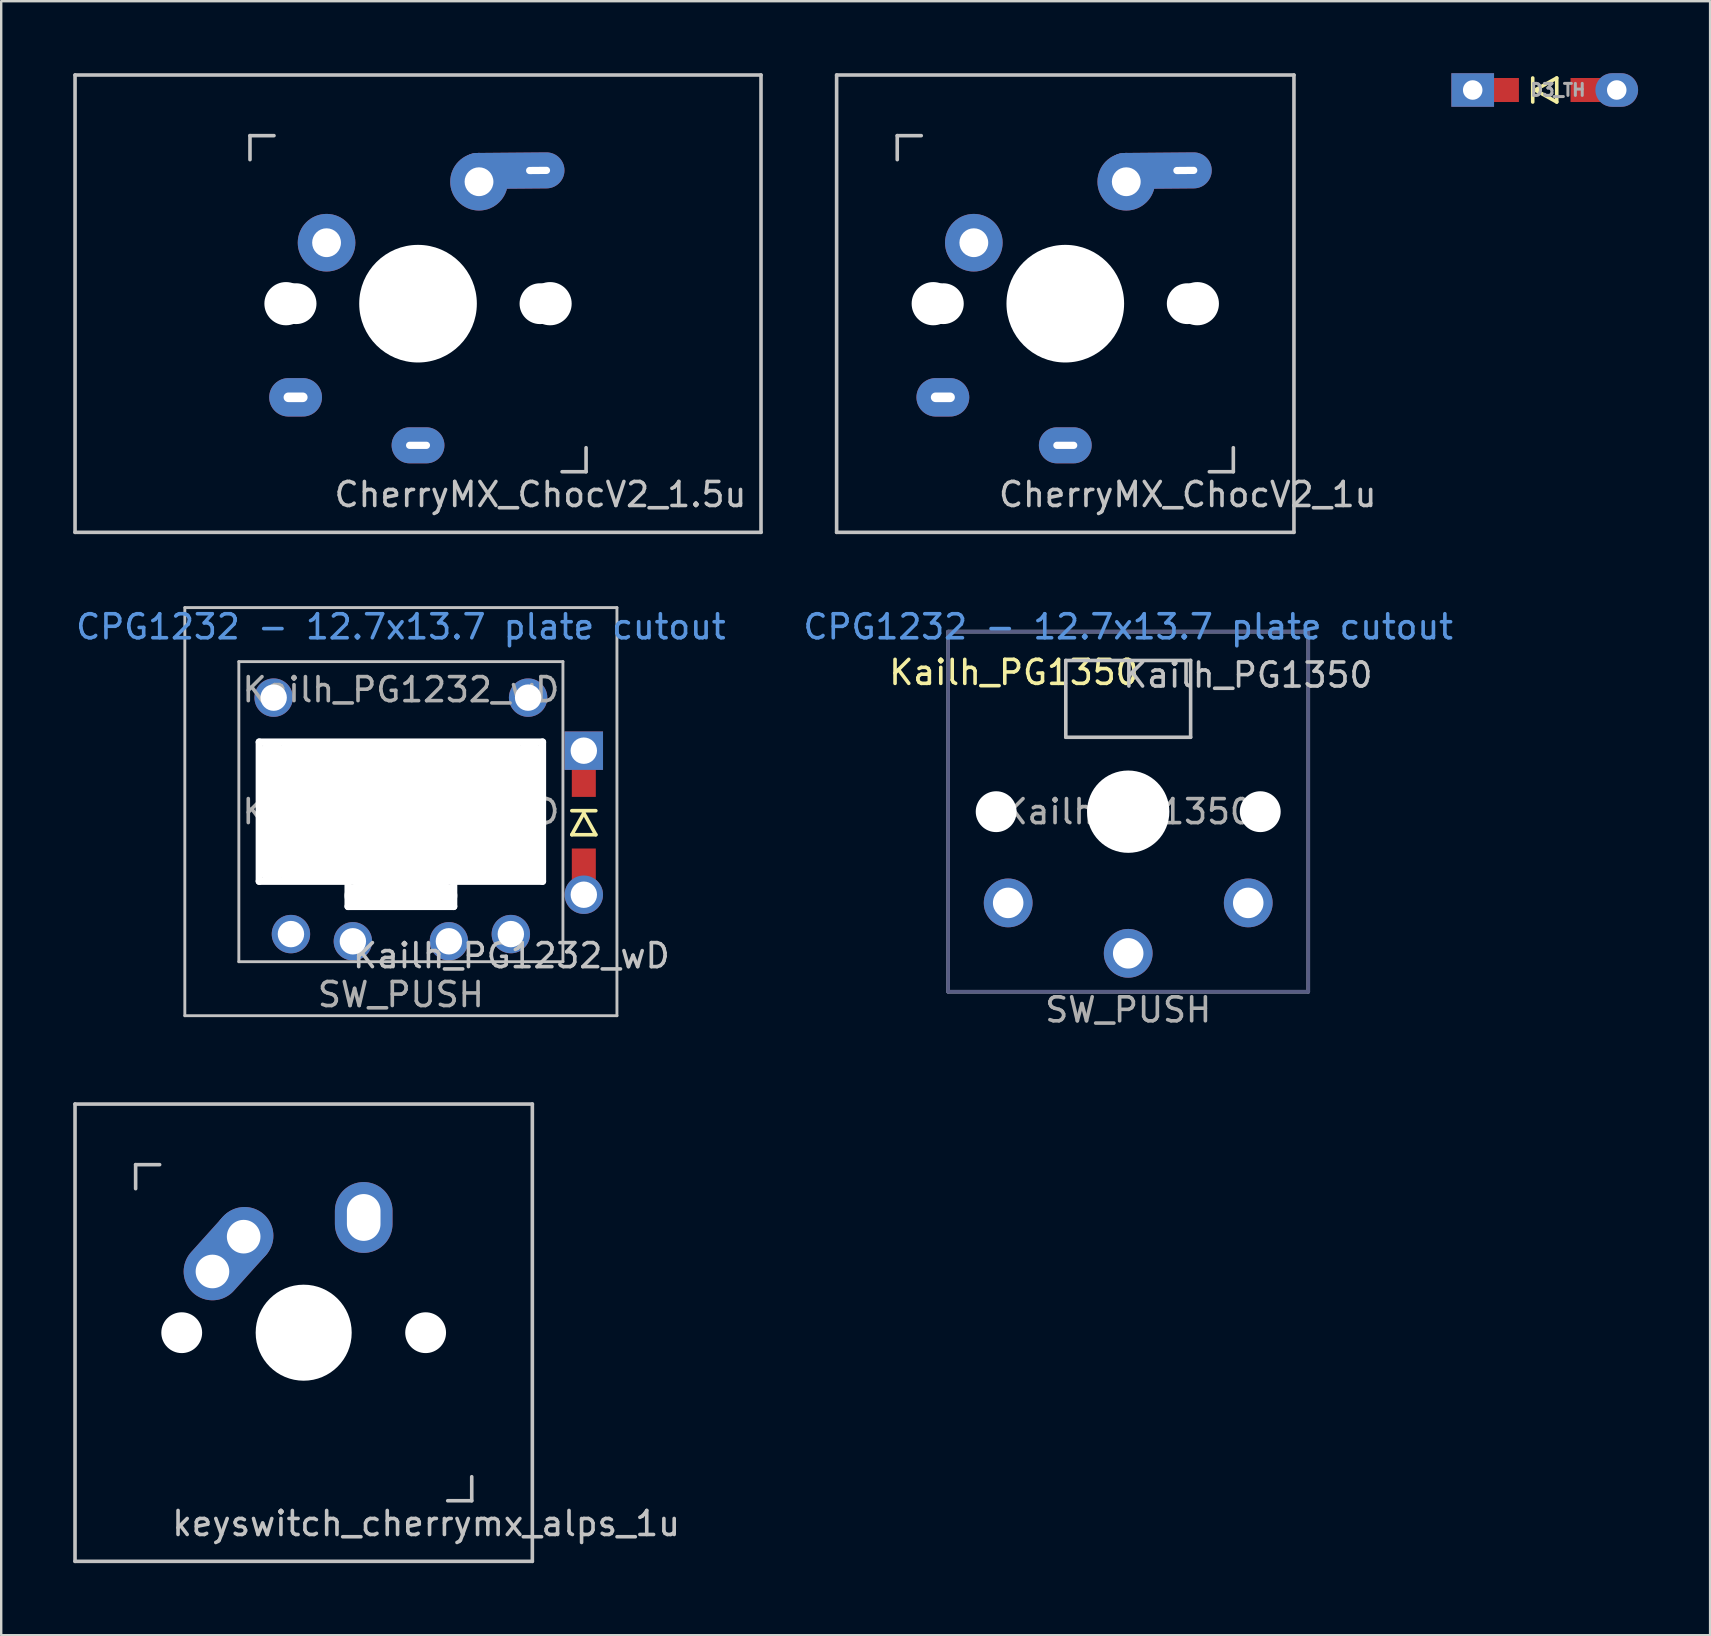
<source format=kicad_pcb>
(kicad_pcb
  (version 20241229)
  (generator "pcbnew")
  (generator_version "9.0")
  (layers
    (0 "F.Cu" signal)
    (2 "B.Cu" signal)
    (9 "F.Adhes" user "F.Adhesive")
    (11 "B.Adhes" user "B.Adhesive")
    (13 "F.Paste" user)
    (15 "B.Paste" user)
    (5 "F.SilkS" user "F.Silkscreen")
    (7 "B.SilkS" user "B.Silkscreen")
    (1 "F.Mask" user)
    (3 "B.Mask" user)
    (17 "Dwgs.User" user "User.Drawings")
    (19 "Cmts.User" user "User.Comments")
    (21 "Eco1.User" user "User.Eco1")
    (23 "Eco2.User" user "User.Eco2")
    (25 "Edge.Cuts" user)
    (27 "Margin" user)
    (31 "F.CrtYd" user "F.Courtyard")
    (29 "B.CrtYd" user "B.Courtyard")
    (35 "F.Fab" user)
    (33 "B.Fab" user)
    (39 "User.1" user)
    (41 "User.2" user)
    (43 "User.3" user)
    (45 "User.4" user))
  (footprint "CherryMX_ChocV2_1.5u"
    (layer "F.Cu")
    (at 14.363 9.6)
    (property "Reference" "CherryMX_ChocV2_1.5u" (at 5.1 7.95 180) (layer "Dwgs.User") (effects (font (size 1 1) (thickness 0.15))))
    (attr through_hole)
    (fp_line (start -14.287 -9.525) (end 14.287 -9.525) (stroke (width 0.15) (type solid)) (layer "Dwgs.User"))
    (fp_line (start -14.287 9.525) (end -14.287 -9.525) (stroke (width 0.15) (type solid)) (layer "Dwgs.User"))
    (fp_line (start -7 -7) (end -6 -7) (stroke (width 0.15) (type solid)) (layer "Dwgs.User"))
    (fp_line (start -7 -6) (end -7 -7) (stroke (width 0.15) (type solid)) (layer "Dwgs.User"))
    (fp_line (start 6 7) (end 7 7) (stroke (width 0.15) (type solid)) (layer "Dwgs.User"))
    (fp_line (start 7 7) (end 7 6) (stroke (width 0.15) (type solid)) (layer "Dwgs.User"))
    (fp_line (start 14.287 -9.525) (end 14.287 9.525) (stroke (width 0.15) (type solid)) (layer "Dwgs.User"))
    (fp_line (start 14.287 9.525) (end -14.287 9.525) (stroke (width 0.15) (type solid)) (layer "Dwgs.User"))
    (pad "" np_thru_hole circle (at -5.5 0 90) (size 1.8 1.8) (drill 1.8) (layers "*.Cu" "*.Mask"))
    (pad "" np_thru_hole circle (at -5.08 0) (size 1.7 1.7) (drill 1.7) (layers "*.Cu" "*.Mask"))
    (pad "" np_thru_hole circle (at 0 0 90) (size 4.9 4.9) (drill 4.9) (layers "*.Cu" "*.Mask"))
    (pad "" np_thru_hole circle (at 5.08 0) (size 1.7 1.7) (drill 1.7) (layers "*.Cu" "*.Mask"))
    (pad "" np_thru_hole circle (at 5.5 0 90) (size 1.8 1.8) (drill 1.8) (layers "*.Cu" "*.Mask"))
    (pad "1" thru_hole oval (at -5.1 3.9) (size 2.2 1.6) (drill oval 1 0.4) (layers "*.Cu" "B.Mask"))
    (pad "1" thru_hole circle (at -3.81 -2.54) (size 2.4 2.4) (drill 1.2) (layers "*.Cu" "B.Mask"))
    (pad "2" thru_hole oval (at 0 5.9) (size 2.2 1.5) (drill oval 1 0.3) (layers "*.Cu" "B.Mask"))
    (pad "2" thru_hole circle (at 2.54 -5.08) (size 2.4 2.4) (drill 1.2) (layers "*.Cu" "B.Mask"))
    (pad "2" thru_hole oval (at 5 -5.55 0.5) (size 4.4 1.5) (drill oval 1 0.3 (offset -1.1 0)) (layers "*.Cu" "B.Mask")))
  (footprint "keyswitch_cherrymx_alps_1u"
    (layer "F.Cu")
    (at 9.6 52.464)
    (property "Reference" "keyswitch_cherrymx_alps_1u" (at 5.1 7.95 180) (layer "Dwgs.User") (effects (font (size 1 1) (thickness 0.15))))
    (attr through_hole)
    (fp_line (start -9.525 -9.525) (end 9.525 -9.525) (stroke (width 0.15) (type solid)) (layer "Dwgs.User"))
    (fp_line (start -9.525 9.525) (end -9.525 -9.525) (stroke (width 0.15) (type solid)) (layer "Dwgs.User"))
    (fp_line (start -7 -7) (end -6 -7) (stroke (width 0.15) (type solid)) (layer "Dwgs.User"))
    (fp_line (start -7 -6) (end -7 -7) (stroke (width 0.15) (type solid)) (layer "Dwgs.User"))
    (fp_line (start 6 7) (end 7 7) (stroke (width 0.15) (type solid)) (layer "Dwgs.User"))
    (fp_line (start 7 7) (end 7 6) (stroke (width 0.15) (type solid)) (layer "Dwgs.User"))
    (fp_line (start 9.525 -9.525) (end 9.525 9.525) (stroke (width 0.15) (type solid)) (layer "Dwgs.User"))
    (fp_line (start 9.525 9.525) (end -9.525 9.525) (stroke (width 0.15) (type solid)) (layer "Dwgs.User"))
    (pad "" np_thru_hole circle (at -5.08 0) (size 1.7 1.7) (drill 1.7) (layers "*.Cu"))
    (pad "" np_thru_hole circle (at 0 0 90) (size 4 4) (drill 4) (layers "*.Cu"))
    (pad "" np_thru_hole circle (at 5.08 0) (size 1.7 1.7) (drill 1.7) (layers "*.Cu"))
    (pad "1" thru_hole oval (at -3.8 -2.55 318) (size 2.4 4.4) (drill 1.4 (offset 0 -1)) (layers "*.Cu" "B.Mask"))
    (pad "1" thru_hole circle (at -2.5 -4) (size 2.4 2.4) (drill 1.4) (layers "*.Cu" "B.Mask"))
    (pad "2" thru_hole oval (at 2.5 -4.8) (size 2.4 2.95) (drill oval 1.4 1.95) (layers "*.Cu" "B.Mask")))
  (footprint "D3_TH"
    (layer "F.Cu")
    (at 61.296 0.699)
    (property "Reference" "D3_TH" (at 0.55 0 180) (layer "F.Fab") (effects (font (size 0.5 0.5) (thickness 0.125))))
    (attr through_hole)
    (fp_line (start -0.5 -0.5) (end -0.5 0.5) (stroke (width 0.15) (type solid)) (layer "F.SilkS"))
    (fp_line (start -0.4 0) (end 0.5 -0.5) (stroke (width 0.15) (type solid)) (layer "F.SilkS"))
    (fp_line (start 0.5 -0.5) (end 0.5 0.5) (stroke (width 0.15) (type solid)) (layer "F.SilkS"))
    (fp_line (start 0.5 0.5) (end -0.4 0) (stroke (width 0.15) (type solid)) (layer "F.SilkS"))
    (pad "1" thru_hole rect (at -3 0) (size 1.778 1.397) (drill 0.813) (layers "*.Cu" "B.Mask"))
    (pad "1" smd rect (at -1.775 0 180) (size 1.4 1) (layers "F.Cu" "F.Mask" "F.Paste"))
    (pad "2" smd rect (at 1.775 0 180) (size 1.4 1) (layers "F.Cu" "F.Mask" "F.Paste"))
    (pad "2" thru_hole oval (at 3 0) (size 1.778 1.397) (drill 0.813) (layers "*.Cu" "B.Mask")))
  (footprint "Kailh_PG1232_wD"
    (layer "F.Cu")
    (at 13.649 30.76)
    (property "Reference" "Kailh_PG1232_wD" (at 4.6 6 0) (layer "Dwgs.User") (effects (font (size 1 1) (thickness 0.15))))
    (property "Value" "SW_PUSH" (at -0.5 6 0) (layer "Dwgs.User") (hide yes) (effects (font (size 1 1) (thickness 0.15))))
    (attr through_hole)
    (fp_line (start 7.12 0.96) (end 7.62 0.06) (stroke (width 0.15) (type solid)) (layer "F.SilkS"))
    (fp_line (start 7.62 0.06) (end 8.12 0.96) (stroke (width 0.15) (type solid)) (layer "F.SilkS"))
    (fp_line (start 8.12 -0.04) (end 7.12 -0.04) (stroke (width 0.15) (type solid)) (layer "F.SilkS"))
    (fp_line (start 8.12 0.96) (end 7.12 0.96) (stroke (width 0.15) (type solid)) (layer "F.SilkS"))
    (fp_line (start -9 -8.5) (end -9 8.5) (stroke (width 0.12) (type solid)) (layer "Dwgs.User"))
    (fp_line (start -9 8.5) (end 9 8.5) (stroke (width 0.12) (type solid)) (layer "Dwgs.User"))
    (fp_line (start -6.75 -6.25) (end 6.75 -6.25) (stroke (width 0.12) (type solid)) (layer "Dwgs.User"))
    (fp_line (start -6.75 6.25) (end -6.75 -6.25) (stroke (width 0.12) (type solid)) (layer "Dwgs.User"))
    (fp_line (start -5.95 -2.95) (end 5.95 -2.95) (stroke (width 0.12) (type solid)) (layer "Dwgs.User"))
    (fp_line (start -5.95 2.95) (end -5.95 -2.95) (stroke (width 0.12) (type solid)) (layer "Dwgs.User"))
    (fp_line (start -2.25 2.95) (end -5.95 2.95) (stroke (width 0.12) (type solid)) (layer "Dwgs.User"))
    (fp_line (start -2.25 2.95) (end -2.25 4) (stroke (width 0.12) (type solid)) (layer "Dwgs.User"))
    (fp_line (start -2.25 4) (end 2.25 4) (stroke (width 0.12) (type solid)) (layer "Dwgs.User"))
    (fp_line (start 2.25 2.95) (end 5.95 2.95) (stroke (width 0.12) (type solid)) (layer "Dwgs.User"))
    (fp_line (start 2.25 4) (end 2.25 2.95) (stroke (width 0.12) (type solid)) (layer "Dwgs.User"))
    (fp_line (start 5.95 -2.95) (end 5.95 2.95) (stroke (width 0.12) (type solid)) (layer "Dwgs.User"))
    (fp_line (start 6.75 -6.25) (end 6.75 6.25) (stroke (width 0.12) (type solid)) (layer "Dwgs.User"))
    (fp_line (start 6.75 6.25) (end -6.75 6.25) (stroke (width 0.12) (type solid)) (layer "Dwgs.User"))
    (fp_line (start 9 -8.5) (end -9 -8.5) (stroke (width 0.12) (type solid)) (layer "Dwgs.User"))
    (fp_line (start 9 8.5) (end 9 -8.5) (stroke (width 0.12) (type solid)) (layer "Dwgs.User"))
    (fp_text user "CPG1232 - 12.7x13.7 plate cutout" (at 0 -7.7 0) (layer "Cmts.User") (effects (font (size 1 1) (thickness 0.15))))
    (fp_text user "${REFERENCE}" (at 0 0 0) (layer "F.Fab") (effects (font (size 1 1) (thickness 0.15))))
    (fp_text user "${VALUE}" (at 0 7.62 0) (layer "F.Fab") (effects (font (size 1 1) (thickness 0.15))))
    (fp_text user "${REFERENCE}" (at 0 -5.08 0) (layer "F.Fab") (effects (font (size 1 1) (thickness 0.15))))
    (pad "" np_thru_hole oval (at -5.9 0 90) (size 6.1 0.3) (drill oval 6.1 0.3) (layers "*.Cu" "*.Mask"))
    (pad "" np_thru_hole oval (at -5.36 0) (size 1 5.9) (drill oval 1 5.9) (layers "*.Cu" "*.Mask"))
    (pad "" np_thru_hole oval (at -4.59 0) (size 1 5.9) (drill oval 1 5.9) (layers "*.Cu" "*.Mask"))
    (pad "" np_thru_hole oval (at -4.2 0) (size 1 5.9) (drill oval 1 5.9) (layers "*.Cu" "*.Mask"))
    (pad "" np_thru_hole oval (at -2.2 3.5 90) (size 1.2 0.3) (drill oval 1.2 0.3) (layers "*.Cu" "*.Mask"))
    (pad "" np_thru_hole oval (at 0 -2.9) (size 12.1 0.3) (drill oval 12.1 0.3) (layers "*.Cu" "*.Mask"))
    (pad "" np_thru_hole oval (at 0 0) (size 11.85 5.9) (drill oval 11.85 5.9) (layers "*.Cu" "*.Mask"))
    (pad "" np_thru_hole oval (at 0 2.9) (size 12.1 0.3) (drill oval 12.1 0.3) (layers "*.Cu" "*.Mask"))
    (pad "" np_thru_hole oval (at 0 3.5) (size 4.7 1) (drill oval 4.7 1) (layers "*.Cu" "*.Mask"))
    (pad "" np_thru_hole oval (at 0 3.95) (size 4.7 0.3) (drill oval 4.7 0.3) (layers "*.Cu" "*.Mask"))
    (pad "" np_thru_hole oval (at 2.2 3.5 90) (size 1.2 0.3) (drill oval 1.2 0.3) (layers "*.Cu" "*.Mask"))
    (pad "" np_thru_hole oval (at 4.2 0) (size 1 5.9) (drill oval 1 5.9) (layers "*.Cu" "*.Mask"))
    (pad "" np_thru_hole oval (at 4.59 0) (size 1 5.9) (drill oval 1 5.9) (layers "*.Cu" "*.Mask"))
    (pad "" np_thru_hole oval (at 5.36 0) (size 1 5.9) (drill oval 1 5.9) (layers "*.Cu" "*.Mask"))
    (pad "" np_thru_hole oval (at 5.9 0 90) (size 6.1 0.3) (drill oval 6.1 0.3) (layers "*.Cu" "*.Mask"))
    (pad "1" thru_hole circle (at -4.58 5.1) (size 1.6 1.6) (drill 1.1) (layers "*.Cu" "*.Mask"))
    (pad "1" thru_hole circle (at 4.58 5.1) (size 1.6 1.6) (drill 1.1) (layers "*.Cu" "*.Mask"))
    (pad "1" thru_hole rect (at 7.62 -2.54 270) (size 1.6 1.6) (drill 1.1) (layers "*.Cu" "*.Mask"))
    (pad "1" smd rect (at 7.62 -1.315 90) (size 1.4 1) (layers "F.Cu" "F.Mask" "F.Paste"))
    (pad "2" thru_hole circle (at -2 5.4) (size 1.6 1.6) (drill 1.1) (layers "*.Cu" "*.Mask"))
    (pad "2" thru_hole circle (at 2 5.4) (size 1.6 1.6) (drill 1.1) (layers "*.Cu" "*.Mask"))
    (pad "2" smd rect (at 7.62 2.235 90) (size 1.4 1) (layers "F.Cu" "F.Mask" "F.Paste"))
    (pad "2" thru_hole circle (at 7.62 3.46 270) (size 1.6 1.6) (drill 1.1) (layers "*.Cu" "*.Mask"))
    (pad "3" thru_hole circle (at 5.3 -4.75) (size 1.6 1.6) (drill 1.1) (layers "*.Cu" "*.Mask"))
    (pad "4" thru_hole circle (at -5.3 -4.75) (size 1.6 1.6) (drill 1.1) (layers "*.Cu" "*.Mask")))
  (footprint "CherryMX_ChocV2_1u"
    (layer "F.Cu")
    (at 41.325 9.6)
    (property "Reference" "CherryMX_ChocV2_1u" (at 5.1 7.95 180) (layer "Dwgs.User") (effects (font (size 1 1) (thickness 0.15))))
    (attr through_hole)
    (fp_line (start -9.525 -9.525) (end 9.525 -9.525) (stroke (width 0.15) (type solid)) (layer "Dwgs.User"))
    (fp_line (start -9.525 9.525) (end -9.525 -9.525) (stroke (width 0.15) (type solid)) (layer "Dwgs.User"))
    (fp_line (start -7 -7) (end -6 -7) (stroke (width 0.15) (type solid)) (layer "Dwgs.User"))
    (fp_line (start -7 -6) (end -7 -7) (stroke (width 0.15) (type solid)) (layer "Dwgs.User"))
    (fp_line (start 6 7) (end 7 7) (stroke (width 0.15) (type solid)) (layer "Dwgs.User"))
    (fp_line (start 7 7) (end 7 6) (stroke (width 0.15) (type solid)) (layer "Dwgs.User"))
    (fp_line (start 9.525 -9.525) (end 9.525 9.525) (stroke (width 0.15) (type solid)) (layer "Dwgs.User"))
    (fp_line (start 9.525 9.525) (end -9.525 9.525) (stroke (width 0.15) (type solid)) (layer "Dwgs.User"))
    (pad "" np_thru_hole circle (at -5.5 0 90) (size 1.8 1.8) (drill 1.8) (layers "*.Cu" "*.Mask"))
    (pad "" np_thru_hole circle (at -5.08 0) (size 1.7 1.7) (drill 1.7) (layers "*.Cu" "*.Mask"))
    (pad "" np_thru_hole circle (at 0 0 90) (size 4.9 4.9) (drill 4.9) (layers "*.Cu" "*.Mask"))
    (pad "" np_thru_hole circle (at 5.08 0) (size 1.7 1.7) (drill 1.7) (layers "*.Cu" "*.Mask"))
    (pad "" np_thru_hole circle (at 5.5 0 90) (size 1.8 1.8) (drill 1.8) (layers "*.Cu" "*.Mask"))
    (pad "1" thru_hole oval (at -5.1 3.9) (size 2.2 1.6) (drill oval 1 0.4) (layers "*.Cu" "B.Mask"))
    (pad "1" thru_hole circle (at -3.81 -2.54) (size 2.4 2.4) (drill 1.2) (layers "*.Cu" "B.Mask"))
    (pad "2" thru_hole oval (at 0 5.9) (size 2.2 1.5) (drill oval 1 0.3) (layers "*.Cu" "B.Mask"))
    (pad "2" thru_hole circle (at 2.54 -5.08) (size 2.4 2.4) (drill 1.2) (layers "*.Cu" "B.Mask"))
    (pad "2" thru_hole oval (at 5 -5.55 0.5) (size 4.4 1.5) (drill oval 1 0.3 (offset -1.1 0)) (layers "*.Cu" "B.Mask")))
  (footprint "Kailh_PG1350"
    (layer "F.Cu")
    (at 43.946 30.761)
    (property "Reference" "Kailh_PG1350" (at 4.98 -5.69 0) (layer "Dwgs.User") (effects (font (size 1 1) (thickness 0.15))))
    (property "Value" "SW_PUSH" (at -0.07 8.17 0) (layer "Dwgs.User") (hide yes) (effects (font (size 1 1) (thickness 0.15))))
    (attr through_hole)
    (fp_line (start -2.6 -3.1) (end -2.6 -6.3) (stroke (width 0.15) (type solid)) (layer "Dwgs.User"))
    (fp_line (start -2.6 -3.1) (end 2.6 -3.1) (stroke (width 0.15) (type solid)) (layer "Dwgs.User"))
    (fp_line (start 2.6 -6.3) (end -2.6 -6.3) (stroke (width 0.15) (type solid)) (layer "Dwgs.User"))
    (fp_line (start 2.6 -3.1) (end 2.6 -6.3) (stroke (width 0.15) (type solid)) (layer "Dwgs.User"))
    (fp_line (start -9 8.136) (end -8.994 -8.1) (stroke (width 0.12) (type solid)) (layer "Eco1.User"))
    (fp_line (start -8.63 -8.5) (end 8.6 -8.5) (stroke (width 0.12) (type solid)) (layer "Eco1.User"))
    (fp_line (start -8.6 8.5) (end 8.636 8.5) (stroke (width 0.12) (type solid)) (layer "Eco1.User"))
    (fp_line (start 9 8.1) (end 9 -8.136) (stroke (width 0.12) (type solid)) (layer "Eco1.User"))
    (fp_arc (start -8.994011 -8.099594) (mid -8.898745 -8.378652) (end -8.63 -8.5) (stroke (width 0.12) (type solid)) (layer "Eco1.User"))
    (fp_arc (start -8.6 8.49968) (mid -8.879058 8.404414) (end -9.000406 8.135669) (stroke (width 0.12) (type solid)) (layer "Eco1.User"))
    (fp_arc (start 8.599915 -8.5) (mid 8.878973 -8.404734) (end 9.000321 -8.135989) (stroke (width 0.12) (type solid)) (layer "Eco1.User"))
    (fp_arc (start 9 8.1) (mid 8.904734 8.379058) (end 8.635989 8.500406) (stroke (width 0.12) (type solid)) (layer "Eco1.User"))
    (fp_line (start -6.9 6.9) (end -6.9 -6.9) (stroke (width 0.15) (type solid)) (layer "Eco2.User"))
    (fp_line (start -6.9 6.9) (end 6.9 6.9) (stroke (width 0.15) (type solid)) (layer "Eco2.User"))
    (fp_line (start 6.9 -6.9) (end -6.9 -6.9) (stroke (width 0.15) (type solid)) (layer "Eco2.User"))
    (fp_line (start 6.9 -6.9) (end 6.9 6.9) (stroke (width 0.15) (type solid)) (layer "Eco2.User"))
    (fp_line (start -7.5 -7.5) (end 7.5 -7.5) (stroke (width 0.15) (type solid)) (layer "B.Fab"))
    (fp_line (start -7.5 7.5) (end -7.5 -7.5) (stroke (width 0.15) (type solid)) (layer "B.Fab"))
    (fp_line (start 7.5 -7.5) (end 7.5 7.5) (stroke (width 0.15) (type solid)) (layer "B.Fab"))
    (fp_line (start 7.5 7.5) (end -7.5 7.5) (stroke (width 0.15) (type solid)) (layer "B.Fab"))
    (fp_line (start -7.5 -7.5) (end 7.5 -7.5) (stroke (width 0.15) (type solid)) (layer "F.Fab"))
    (fp_line (start -7.5 7.5) (end -7.5 -7.5) (stroke (width 0.15) (type solid)) (layer "F.Fab"))
    (fp_line (start 7.5 -7.5) (end 7.5 7.5) (stroke (width 0.15) (type solid)) (layer "F.Fab"))
    (fp_line (start 7.5 7.5) (end -7.5 7.5) (stroke (width 0.15) (type solid)) (layer "F.Fab"))
    (fp_text user "${REFERENCE}" (at -4.76 -5.8 0) (layer "F.SilkS") (effects (font (size 1 1) (thickness 0.15))))
    (fp_text user "CPG1232 - 12.7x13.7 plate cutout" (at 0 -7.7 0) (layer "Cmts.User") (effects (font (size 1 1) (thickness 0.15))))
    (fp_text user "${REFERENCE}" (at 0 0 0) (layer "F.Fab") (effects (font (size 1 1) (thickness 0.15))))
    (fp_text user "${VALUE}" (at 0 8.255 0) (layer "F.Fab") (effects (font (size 1 1) (thickness 0.15))))
    (pad "" np_thru_hole circle (at -5.5 0) (size 1.702 1.702) (drill 1.702) (layers "*.Cu" "*.Mask"))
    (pad "" np_thru_hole circle (at 0 0) (size 3.429 3.429) (drill 3.429) (layers "*.Cu" "*.Mask"))
    (pad "" np_thru_hole circle (at 5.5 0) (size 1.702 1.702) (drill 1.702) (layers "*.Cu" "*.Mask"))
    (pad "1" thru_hole circle (at 0 5.9) (size 2.032 2.032) (drill 1.27) (layers "*.Cu" "*.Mask"))
    (pad "2" thru_hole circle (at -5 3.8) (size 2.032 2.032) (drill 1.27) (layers "*.Cu" "*.Mask"))
    (pad "2" thru_hole circle (at 5 3.8) (size 2.032 2.032) (drill 1.27) (layers "*.Cu" "*.Mask")))
  (gr_rect
    (start -3 -3)
    (end 68.185 65.064)
    (stroke (width 0.1) (type default))
    (fill no)
    (layer "Edge.Cuts")))
</source>
